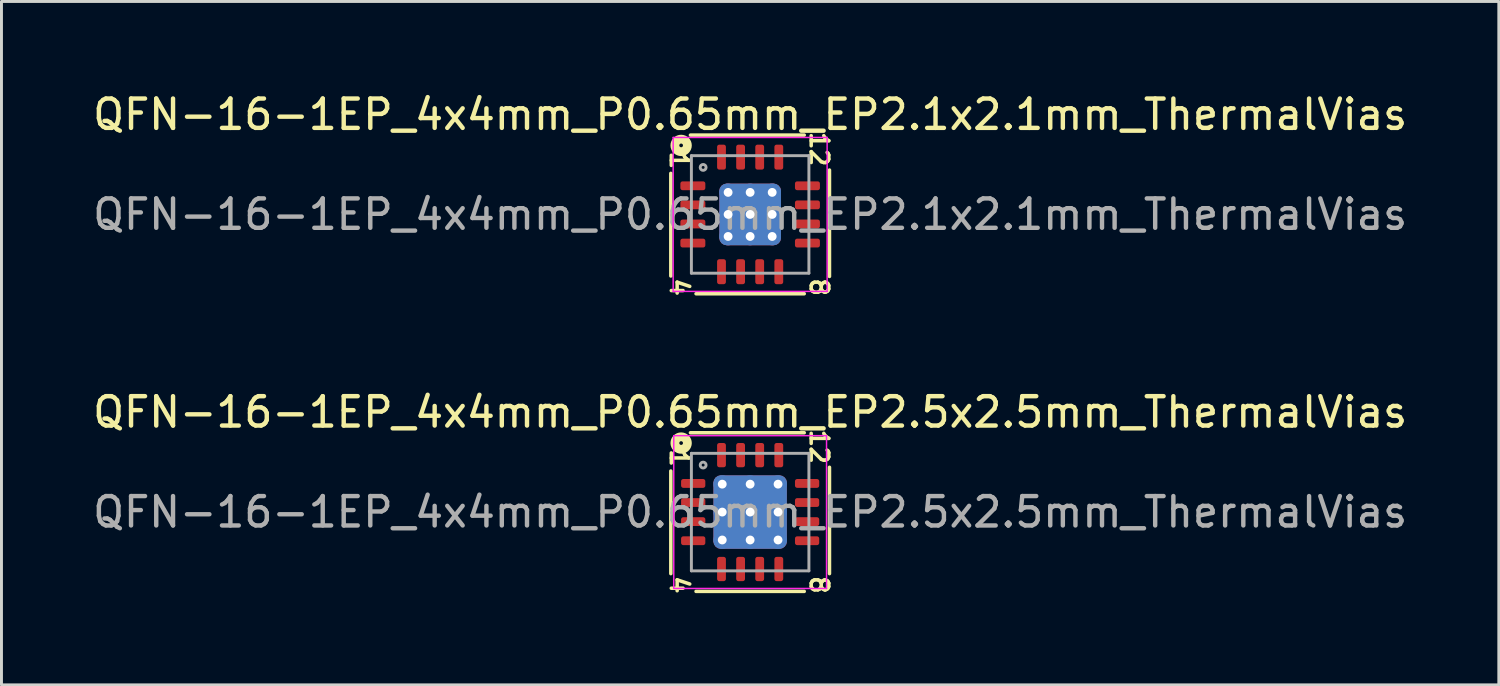
<source format=kicad_pcb>
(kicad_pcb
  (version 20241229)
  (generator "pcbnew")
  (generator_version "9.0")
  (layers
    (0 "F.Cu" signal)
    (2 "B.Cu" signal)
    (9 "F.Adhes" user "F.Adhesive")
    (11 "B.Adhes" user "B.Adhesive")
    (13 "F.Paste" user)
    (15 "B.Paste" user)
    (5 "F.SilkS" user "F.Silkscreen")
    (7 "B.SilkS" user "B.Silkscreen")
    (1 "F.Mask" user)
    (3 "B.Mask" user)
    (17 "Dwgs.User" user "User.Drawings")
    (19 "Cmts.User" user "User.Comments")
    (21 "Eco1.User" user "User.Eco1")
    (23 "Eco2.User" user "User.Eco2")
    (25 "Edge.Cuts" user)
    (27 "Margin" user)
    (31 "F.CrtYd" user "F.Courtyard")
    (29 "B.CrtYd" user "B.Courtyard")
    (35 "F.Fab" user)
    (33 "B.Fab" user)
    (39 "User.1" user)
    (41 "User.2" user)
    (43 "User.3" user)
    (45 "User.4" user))
  (footprint "QFN-16-1EP_4x4mm_P0.65mm_EP2.5x2.5mm_ThermalVias"
    (layer "F.Cu")
    (at 22.482 14.379)
    (property "Reference" "QFN-16-1EP_4x4mm_P0.65mm_EP2.5x2.5mm_ThermalVias" (at 0 -3.4 0) (layer "F.SilkS") (effects (font (size 1 1) (thickness 0.15))))
    (attr smd)
    (fp_line (start -2.7 -1.397) (end -2.7 2.095) (stroke (width 0.12) (type solid)) (layer "F.SilkS"))
    (fp_line (start -1.841 2.7) (end 1.841 2.7) (stroke (width 0.12) (type solid)) (layer "F.SilkS"))
    (fp_line (start 1.841 -2.7) (end -2.032 -2.7) (stroke (width 0.12) (type solid)) (layer "F.SilkS"))
    (fp_line (start 2.7 2.095) (end 2.7 -1.524) (stroke (width 0.12) (type solid)) (layer "F.SilkS"))
    (fp_circle (center -2.349 -2.349) (end -2.286 -2.349) (stroke (width 0.3) (type solid)) (fill no) (layer "F.SilkS"))
    (fp_line (start -2.6 -2.6) (end -2.6 2.6) (stroke (width 0.05) (type solid)) (layer "F.CrtYd"))
    (fp_line (start -2.6 2.6) (end 2.6 2.6) (stroke (width 0.05) (type solid)) (layer "F.CrtYd"))
    (fp_line (start 2.6 -2.6) (end -2.6 -2.6) (stroke (width 0.05) (type solid)) (layer "F.CrtYd"))
    (fp_line (start 2.6 2.6) (end 2.6 -2.6) (stroke (width 0.05) (type solid)) (layer "F.CrtYd"))
    (fp_line (start -2 -2) (end 2 -2) (stroke (width 0.1) (type solid)) (layer "F.Fab"))
    (fp_line (start -2 2) (end -2 -2) (stroke (width 0.1) (type solid)) (layer "F.Fab"))
    (fp_line (start 2 -2) (end 2 2) (stroke (width 0.1) (type solid)) (layer "F.Fab"))
    (fp_line (start 2 2) (end -2 2) (stroke (width 0.1) (type solid)) (layer "F.Fab"))
    (fp_circle (center -1.6 -1.6) (end -1.5 -1.6) (stroke (width 0.1) (type solid)) (fill no) (layer "F.Fab"))
    (fp_text user "12" (at 2.349 -2.223 270) (unlocked yes) (layer "F.SilkS") (effects (font (size 0.6 0.6) (thickness 0.12))))
    (fp_text user "8" (at 2.349 2.477 270) (unlocked yes) (layer "F.SilkS") (effects (font (size 0.6 0.6) (thickness 0.12))))
    (fp_text user "1" (at -2.413 -1.841 270) (unlocked yes) (layer "F.SilkS") (effects (font (size 0.6 0.6) (thickness 0.12))))
    (fp_text user "4" (at -2.413 2.477 270) (unlocked yes) (layer "F.SilkS") (effects (font (size 0.6 0.6) (thickness 0.12))))
    (fp_text user "${REFERENCE}" (at 0 0 0) (layer "F.Fab") (effects (font (size 1 1) (thickness 0.15))))
    (pad "" smd roundrect (at -0.625 -0.625) (size 1.08 1.08) (layers "F.Paste") (roundrect_rratio 0.231))
    (pad "" smd roundrect (at -0.625 0.625) (size 1.08 1.08) (layers "F.Paste") (roundrect_rratio 0.231))
    (pad "" smd roundrect (at 0.625 -0.625) (size 1.08 1.08) (layers "F.Paste") (roundrect_rratio 0.231))
    (pad "" smd roundrect (at 0.625 0.625) (size 1.08 1.08) (layers "F.Paste") (roundrect_rratio 0.231))
    (pad "1" smd roundrect (at -1.938 -0.975) (size 0.825 0.3) (layers "F.Cu" "F.Mask" "F.Paste") (roundrect_rratio 0.25))
    (pad "2" smd roundrect (at -1.938 -0.325) (size 0.825 0.3) (layers "F.Cu" "F.Mask" "F.Paste") (roundrect_rratio 0.25))
    (pad "3" smd roundrect (at -1.938 0.325) (size 0.825 0.3) (layers "F.Cu" "F.Mask" "F.Paste") (roundrect_rratio 0.25))
    (pad "4" smd roundrect (at -1.938 0.975) (size 0.825 0.3) (layers "F.Cu" "F.Mask" "F.Paste") (roundrect_rratio 0.25))
    (pad "5" smd roundrect (at -0.975 1.938) (size 0.3 0.825) (layers "F.Cu" "F.Mask" "F.Paste") (roundrect_rratio 0.25))
    (pad "6" smd roundrect (at -0.325 1.938) (size 0.3 0.825) (layers "F.Cu" "F.Mask" "F.Paste") (roundrect_rratio 0.25))
    (pad "7" smd roundrect (at 0.325 1.938) (size 0.3 0.825) (layers "F.Cu" "F.Mask" "F.Paste") (roundrect_rratio 0.25))
    (pad "8" smd roundrect (at 0.975 1.938) (size 0.3 0.825) (layers "F.Cu" "F.Mask" "F.Paste") (roundrect_rratio 0.25))
    (pad "9" smd roundrect (at 1.938 0.975) (size 0.825 0.3) (layers "F.Cu" "F.Mask" "F.Paste") (roundrect_rratio 0.25))
    (pad "10" smd roundrect (at 1.938 0.325) (size 0.825 0.3) (layers "F.Cu" "F.Mask" "F.Paste") (roundrect_rratio 0.25))
    (pad "11" smd roundrect (at 1.938 -0.325) (size 0.825 0.3) (layers "F.Cu" "F.Mask" "F.Paste") (roundrect_rratio 0.25))
    (pad "12" smd roundrect (at 1.938 -0.975) (size 0.825 0.3) (layers "F.Cu" "F.Mask" "F.Paste") (roundrect_rratio 0.25))
    (pad "13" smd roundrect (at 0.975 -1.938) (size 0.3 0.825) (layers "F.Cu" "F.Mask" "F.Paste") (roundrect_rratio 0.25))
    (pad "14" smd roundrect (at 0.325 -1.938) (size 0.3 0.825) (layers "F.Cu" "F.Mask" "F.Paste") (roundrect_rratio 0.25))
    (pad "15" smd roundrect (at -0.325 -1.938) (size 0.3 0.825) (layers "F.Cu" "F.Mask" "F.Paste") (roundrect_rratio 0.25))
    (pad "16" smd roundrect (at -0.975 -1.938) (size 0.3 0.825) (layers "F.Cu" "F.Mask" "F.Paste") (roundrect_rratio 0.25))
    (pad "17" thru_hole circle (at -0.95 -0.95) (size 0.6 0.6) (drill 0.3) (property pad_prop_heatsink) (layers "*.Cu"))
    (pad "17" thru_hole circle (at -0.95 0) (size 0.6 0.6) (drill 0.3) (property pad_prop_heatsink) (layers "*.Cu"))
    (pad "17" thru_hole circle (at -0.95 0.95) (size 0.6 0.6) (drill 0.3) (property pad_prop_heatsink) (layers "*.Cu"))
    (pad "17" thru_hole circle (at 0 -0.95) (size 0.6 0.6) (drill 0.3) (property pad_prop_heatsink) (layers "*.Cu"))
    (pad "17" thru_hole circle (at 0 0) (size 0.6 0.6) (drill 0.3) (property pad_prop_heatsink) (layers "*.Cu"))
    (pad "17" smd roundrect (at 0 0) (size 2.5 2.5) (layers "F.Cu" "F.Mask") (roundrect_rratio 0.1))
    (pad "17" smd roundrect (at 0 0) (size 2.5 2.5) (layers "B.Cu" "B.Mask") (roundrect_rratio 0.1))
    (pad "17" thru_hole circle (at 0 0.95) (size 0.6 0.6) (drill 0.3) (property pad_prop_heatsink) (layers "*.Cu"))
    (pad "17" thru_hole circle (at 0.95 -0.95) (size 0.6 0.6) (drill 0.3) (property pad_prop_heatsink) (layers "*.Cu"))
    (pad "17" thru_hole circle (at 0.95 0) (size 0.6 0.6) (drill 0.3) (property pad_prop_heatsink) (layers "*.Cu"))
    (pad "17" thru_hole circle (at 0.95 0.95) (size 0.6 0.6) (drill 0.3) (property pad_prop_heatsink) (layers "*.Cu")))
  (footprint "QFN-16-1EP_4x4mm_P0.65mm_EP2.1x2.1mm_ThermalVias"
    (layer "F.Cu")
    (at 22.482 4.248)
    (property "Reference" "QFN-16-1EP_4x4mm_P0.65mm_EP2.1x2.1mm_ThermalVias" (at 0 -3.4 0) (layer "F.SilkS") (effects (font (size 1 1) (thickness 0.15))))
    (attr smd)
    (fp_line (start -2.7 -1.397) (end -2.7 2.095) (stroke (width 0.12) (type solid)) (layer "F.SilkS"))
    (fp_line (start -1.841 2.7) (end 1.841 2.7) (stroke (width 0.12) (type solid)) (layer "F.SilkS"))
    (fp_line (start 1.841 -2.7) (end -2.032 -2.7) (stroke (width 0.12) (type solid)) (layer "F.SilkS"))
    (fp_line (start 2.7 2.11) (end 2.7 -1.51) (stroke (width 0.12) (type solid)) (layer "F.SilkS"))
    (fp_circle (center -2.349 -2.349) (end -2.286 -2.349) (stroke (width 0.3) (type solid)) (fill no) (layer "F.SilkS"))
    (fp_line (start -2.62 -2.62) (end -2.62 2.62) (stroke (width 0.05) (type solid)) (layer "F.CrtYd"))
    (fp_line (start -2.62 2.62) (end 2.62 2.62) (stroke (width 0.05) (type solid)) (layer "F.CrtYd"))
    (fp_line (start 2.62 -2.62) (end -2.62 -2.62) (stroke (width 0.05) (type solid)) (layer "F.CrtYd"))
    (fp_line (start 2.62 2.62) (end 2.62 -2.62) (stroke (width 0.05) (type solid)) (layer "F.CrtYd"))
    (fp_line (start -2 -2) (end 2 -2) (stroke (width 0.1) (type solid)) (layer "F.Fab"))
    (fp_line (start -2 2) (end -2 -2) (stroke (width 0.1) (type solid)) (layer "F.Fab"))
    (fp_line (start 2 -2) (end 2 2) (stroke (width 0.1) (type solid)) (layer "F.Fab"))
    (fp_line (start 2 2) (end -2 2) (stroke (width 0.1) (type solid)) (layer "F.Fab"))
    (fp_circle (center -1.6 -1.6) (end -1.5 -1.6) (stroke (width 0.1) (type solid)) (fill no) (layer "F.Fab"))
    (fp_text user "4" (at -2.413 2.477 270) (unlocked yes) (layer "F.SilkS") (effects (font (size 0.6 0.6) (thickness 0.12))))
    (fp_text user "1" (at -2.413 -1.841 270) (unlocked yes) (layer "F.SilkS") (effects (font (size 0.6 0.6) (thickness 0.12))))
    (fp_text user "8" (at 2.349 2.477 270) (unlocked yes) (layer "F.SilkS") (effects (font (size 0.6 0.6) (thickness 0.12))))
    (fp_text user "12" (at 2.349 -2.223 270) (unlocked yes) (layer "F.SilkS") (effects (font (size 0.6 0.6) (thickness 0.12))))
    (fp_text user "${REFERENCE}" (at 0 0 0) (layer "F.Fab") (effects (font (size 1 1) (thickness 0.15))))
    (pad "" smd roundrect (at -0.525 -0.525) (size 0.91 0.91) (layers "F.Paste") (roundrect_rratio 0.25))
    (pad "" smd roundrect (at -0.525 0.525) (size 0.91 0.91) (layers "F.Paste") (roundrect_rratio 0.25))
    (pad "" smd roundrect (at 0.525 -0.525) (size 0.91 0.91) (layers "F.Paste") (roundrect_rratio 0.25))
    (pad "" smd roundrect (at 0.525 0.525) (size 0.91 0.91) (layers "F.Paste") (roundrect_rratio 0.25))
    (pad "1" smd roundrect (at -1.95 -0.975) (size 0.85 0.3) (layers "F.Cu" "F.Mask" "F.Paste") (roundrect_rratio 0.25))
    (pad "2" smd roundrect (at -1.95 -0.325) (size 0.85 0.3) (layers "F.Cu" "F.Mask" "F.Paste") (roundrect_rratio 0.25))
    (pad "3" smd roundrect (at -1.95 0.325) (size 0.85 0.3) (layers "F.Cu" "F.Mask" "F.Paste") (roundrect_rratio 0.25))
    (pad "4" smd roundrect (at -1.95 0.975) (size 0.85 0.3) (layers "F.Cu" "F.Mask" "F.Paste") (roundrect_rratio 0.25))
    (pad "5" smd roundrect (at -0.975 1.95) (size 0.3 0.85) (layers "F.Cu" "F.Mask" "F.Paste") (roundrect_rratio 0.25))
    (pad "6" smd roundrect (at -0.325 1.95) (size 0.3 0.85) (layers "F.Cu" "F.Mask" "F.Paste") (roundrect_rratio 0.25))
    (pad "7" smd roundrect (at 0.325 1.95) (size 0.3 0.85) (layers "F.Cu" "F.Mask" "F.Paste") (roundrect_rratio 0.25))
    (pad "8" smd roundrect (at 0.975 1.95) (size 0.3 0.85) (layers "F.Cu" "F.Mask" "F.Paste") (roundrect_rratio 0.25))
    (pad "9" smd roundrect (at 1.95 0.975) (size 0.85 0.3) (layers "F.Cu" "F.Mask" "F.Paste") (roundrect_rratio 0.25))
    (pad "10" smd roundrect (at 1.95 0.325) (size 0.85 0.3) (layers "F.Cu" "F.Mask" "F.Paste") (roundrect_rratio 0.25))
    (pad "11" smd roundrect (at 1.95 -0.325) (size 0.85 0.3) (layers "F.Cu" "F.Mask" "F.Paste") (roundrect_rratio 0.25))
    (pad "12" smd roundrect (at 1.95 -0.975) (size 0.85 0.3) (layers "F.Cu" "F.Mask" "F.Paste") (roundrect_rratio 0.25))
    (pad "13" smd roundrect (at 0.975 -1.95) (size 0.3 0.85) (layers "F.Cu" "F.Mask" "F.Paste") (roundrect_rratio 0.25))
    (pad "14" smd roundrect (at 0.325 -1.95) (size 0.3 0.85) (layers "F.Cu" "F.Mask" "F.Paste") (roundrect_rratio 0.25))
    (pad "15" smd roundrect (at -0.325 -1.95) (size 0.3 0.85) (layers "F.Cu" "F.Mask" "F.Paste") (roundrect_rratio 0.25))
    (pad "16" smd roundrect (at -0.975 -1.95) (size 0.3 0.85) (layers "F.Cu" "F.Mask" "F.Paste") (roundrect_rratio 0.25))
    (pad "17" thru_hole circle (at -0.75 -0.75) (size 0.6 0.6) (drill 0.3) (property pad_prop_heatsink) (layers "*.Cu"))
    (pad "17" thru_hole circle (at -0.75 0) (size 0.6 0.6) (drill 0.3) (property pad_prop_heatsink) (layers "*.Cu"))
    (pad "17" thru_hole circle (at -0.75 0.75) (size 0.6 0.6) (drill 0.3) (property pad_prop_heatsink) (layers "*.Cu"))
    (pad "17" thru_hole circle (at 0 -0.75) (size 0.6 0.6) (drill 0.3) (property pad_prop_heatsink) (layers "*.Cu"))
    (pad "17" thru_hole circle (at 0 0) (size 0.6 0.6) (drill 0.3) (property pad_prop_heatsink) (layers "*.Cu"))
    (pad "17" smd roundrect (at 0 0) (size 2.1 2.1) (layers "F.Cu" "F.Mask") (roundrect_rratio 0.119))
    (pad "17" smd roundrect (at 0 0) (size 2.1 2.1) (layers "B.Cu" "B.Mask") (roundrect_rratio 0.119))
    (pad "17" thru_hole circle (at 0 0.75) (size 0.6 0.6) (drill 0.3) (property pad_prop_heatsink) (layers "*.Cu"))
    (pad "17" thru_hole circle (at 0.75 -0.75) (size 0.6 0.6) (drill 0.3) (property pad_prop_heatsink) (layers "*.Cu"))
    (pad "17" thru_hole circle (at 0.75 0) (size 0.6 0.6) (drill 0.3) (property pad_prop_heatsink) (layers "*.Cu"))
    (pad "17" thru_hole circle (at 0.75 0.75) (size 0.6 0.6) (drill 0.3) (property pad_prop_heatsink) (layers "*.Cu")))
  (gr_rect
    (start -3 -3)
    (end 47.964 20.261)
    (stroke (width 0.1) (type default))
    (fill no)
    (layer "Edge.Cuts")))
</source>
